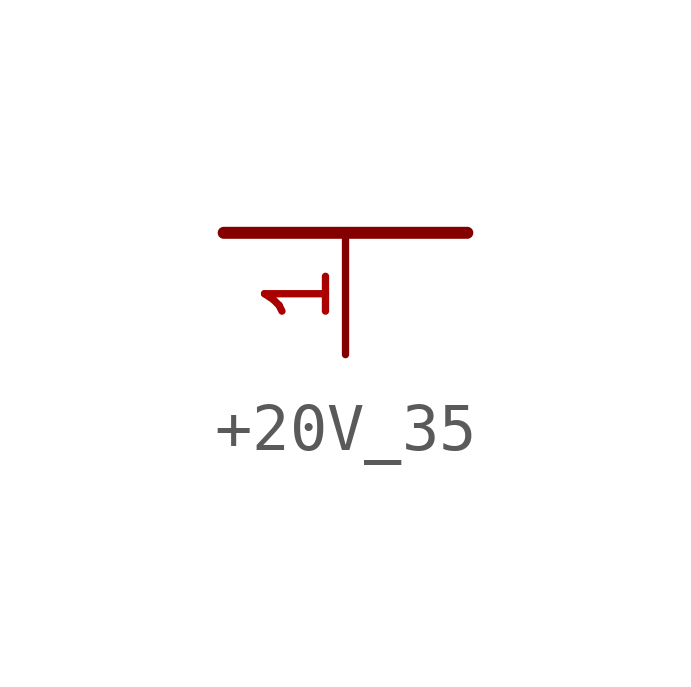
<source format=kicad_sym>
(kicad_symbol_lib
  (version 20231120)
  (generator "kicad_symbol_editor")
  (generator_version "8.0")
  (symbol "+20V_35"
    (power)
    (property "Reference" "#NetPort"
      (at 0 0 0)
      (effects (font (size 1.27 1.27)) (hide yes)))
    (property "ki_locked" ""
      (at 0 0 0)
      (effects (font (size 1.27 1.27))))
    (symbol "+20V_35_1_0"
      (polyline (pts (xy -2.54 0) (xy 2.54 0)) (stroke (width 0.25) (type solid)) (fill (type none)))
      (pin power_in line (at 0 -2.54 90) (length 2.54) (name "+5V" (effects (font (size 0 0)))) (number "1" (effects (font (size 1.27 1.27))))))))
</source>
